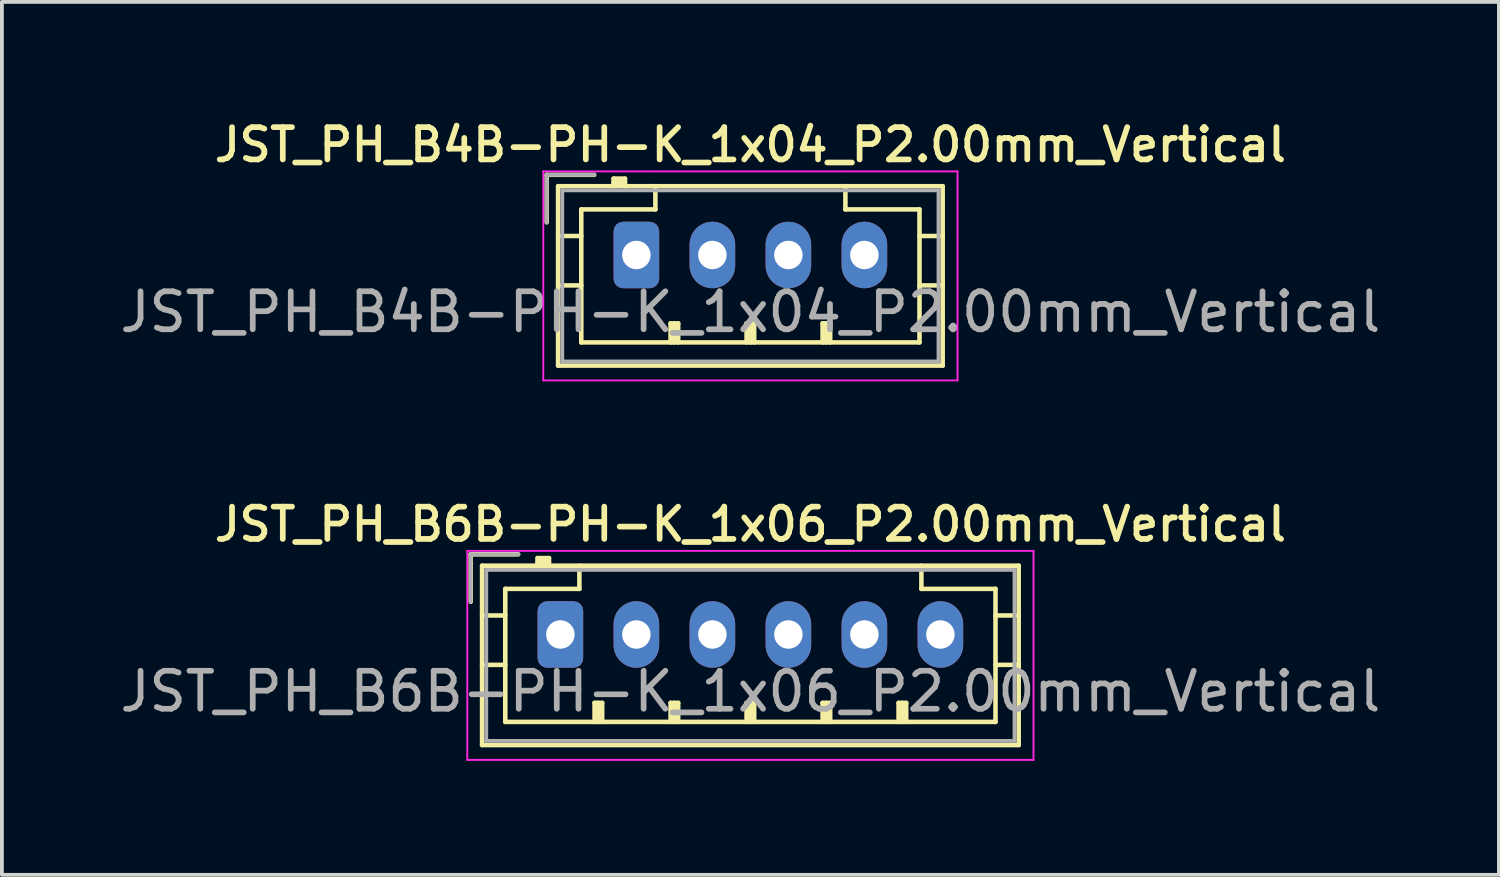
<source format=kicad_pcb>
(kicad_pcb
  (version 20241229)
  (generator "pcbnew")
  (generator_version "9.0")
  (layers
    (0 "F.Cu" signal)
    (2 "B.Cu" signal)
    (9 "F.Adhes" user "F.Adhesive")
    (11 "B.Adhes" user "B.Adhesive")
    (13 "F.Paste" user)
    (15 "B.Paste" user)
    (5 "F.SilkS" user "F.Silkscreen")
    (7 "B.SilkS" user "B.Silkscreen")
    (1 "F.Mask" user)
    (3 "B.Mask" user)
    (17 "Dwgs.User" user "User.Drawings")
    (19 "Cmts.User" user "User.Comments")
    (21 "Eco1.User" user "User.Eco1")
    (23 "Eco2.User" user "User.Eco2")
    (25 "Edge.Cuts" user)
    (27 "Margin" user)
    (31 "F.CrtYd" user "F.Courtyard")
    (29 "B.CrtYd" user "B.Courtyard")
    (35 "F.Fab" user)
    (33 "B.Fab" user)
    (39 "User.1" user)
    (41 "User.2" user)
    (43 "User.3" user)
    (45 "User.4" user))
  (footprint "JST_PH_B6B-PH-K_1x06_P2.00mm_Vertical"
    (layer "F.Cu")
    (at 11.696 13.646)
    (property "Reference" "JST_PH_B6B-PH-K_1x06_P2.00mm_Vertical" (at 5 -2.9 0) (layer "F.SilkS") (effects (font (size 0.85 0.85) (thickness 0.15))))
    (attr through_hole)
    (fp_line (start -2.36 -2.11) (end -2.36 -0.86) (stroke (width 0.12) (type solid)) (layer "F.SilkS"))
    (fp_line (start -2.06 -1.81) (end -2.06 2.91) (stroke (width 0.12) (type solid)) (layer "F.SilkS"))
    (fp_line (start -2.06 -0.5) (end -1.45 -0.5) (stroke (width 0.12) (type solid)) (layer "F.SilkS"))
    (fp_line (start -2.06 0.8) (end -1.45 0.8) (stroke (width 0.12) (type solid)) (layer "F.SilkS"))
    (fp_line (start -2.06 2.91) (end 12.06 2.91) (stroke (width 0.12) (type solid)) (layer "F.SilkS"))
    (fp_line (start -1.45 -1.2) (end -1.45 2.3) (stroke (width 0.12) (type solid)) (layer "F.SilkS"))
    (fp_line (start -1.45 2.3) (end 11.45 2.3) (stroke (width 0.12) (type solid)) (layer "F.SilkS"))
    (fp_line (start -1.11 -2.11) (end -2.36 -2.11) (stroke (width 0.12) (type solid)) (layer "F.SilkS"))
    (fp_line (start -0.6 -2.01) (end -0.6 -1.81) (stroke (width 0.12) (type solid)) (layer "F.SilkS"))
    (fp_line (start -0.3 -2.01) (end -0.6 -2.01) (stroke (width 0.12) (type solid)) (layer "F.SilkS"))
    (fp_line (start -0.3 -1.91) (end -0.6 -1.91) (stroke (width 0.12) (type solid)) (layer "F.SilkS"))
    (fp_line (start -0.3 -1.81) (end -0.3 -2.01) (stroke (width 0.12) (type solid)) (layer "F.SilkS"))
    (fp_line (start 0.5 -1.81) (end 0.5 -1.2) (stroke (width 0.12) (type solid)) (layer "F.SilkS"))
    (fp_line (start 0.5 -1.2) (end -1.45 -1.2) (stroke (width 0.12) (type solid)) (layer "F.SilkS"))
    (fp_line (start 0.9 1.8) (end 1.1 1.8) (stroke (width 0.12) (type solid)) (layer "F.SilkS"))
    (fp_line (start 0.9 2.3) (end 0.9 1.8) (stroke (width 0.12) (type solid)) (layer "F.SilkS"))
    (fp_line (start 1 2.3) (end 1 1.8) (stroke (width 0.12) (type solid)) (layer "F.SilkS"))
    (fp_line (start 1.1 1.8) (end 1.1 2.3) (stroke (width 0.12) (type solid)) (layer "F.SilkS"))
    (fp_line (start 2.9 1.8) (end 3.1 1.8) (stroke (width 0.12) (type solid)) (layer "F.SilkS"))
    (fp_line (start 2.9 2.3) (end 2.9 1.8) (stroke (width 0.12) (type solid)) (layer "F.SilkS"))
    (fp_line (start 3 2.3) (end 3 1.8) (stroke (width 0.12) (type solid)) (layer "F.SilkS"))
    (fp_line (start 3.1 1.8) (end 3.1 2.3) (stroke (width 0.12) (type solid)) (layer "F.SilkS"))
    (fp_line (start 4.9 1.8) (end 5.1 1.8) (stroke (width 0.12) (type solid)) (layer "F.SilkS"))
    (fp_line (start 4.9 2.3) (end 4.9 1.8) (stroke (width 0.12) (type solid)) (layer "F.SilkS"))
    (fp_line (start 5 2.3) (end 5 1.8) (stroke (width 0.12) (type solid)) (layer "F.SilkS"))
    (fp_line (start 5.1 1.8) (end 5.1 2.3) (stroke (width 0.12) (type solid)) (layer "F.SilkS"))
    (fp_line (start 6.9 1.8) (end 7.1 1.8) (stroke (width 0.12) (type solid)) (layer "F.SilkS"))
    (fp_line (start 6.9 2.3) (end 6.9 1.8) (stroke (width 0.12) (type solid)) (layer "F.SilkS"))
    (fp_line (start 7 2.3) (end 7 1.8) (stroke (width 0.12) (type solid)) (layer "F.SilkS"))
    (fp_line (start 7.1 1.8) (end 7.1 2.3) (stroke (width 0.12) (type solid)) (layer "F.SilkS"))
    (fp_line (start 8.9 1.8) (end 9.1 1.8) (stroke (width 0.12) (type solid)) (layer "F.SilkS"))
    (fp_line (start 8.9 2.3) (end 8.9 1.8) (stroke (width 0.12) (type solid)) (layer "F.SilkS"))
    (fp_line (start 9 2.3) (end 9 1.8) (stroke (width 0.12) (type solid)) (layer "F.SilkS"))
    (fp_line (start 9.1 1.8) (end 9.1 2.3) (stroke (width 0.12) (type solid)) (layer "F.SilkS"))
    (fp_line (start 9.5 -1.2) (end 9.5 -1.81) (stroke (width 0.12) (type solid)) (layer "F.SilkS"))
    (fp_line (start 11.45 -1.2) (end 9.5 -1.2) (stroke (width 0.12) (type solid)) (layer "F.SilkS"))
    (fp_line (start 11.45 2.3) (end 11.45 -1.2) (stroke (width 0.12) (type solid)) (layer "F.SilkS"))
    (fp_line (start 12.06 -1.81) (end -2.06 -1.81) (stroke (width 0.12) (type solid)) (layer "F.SilkS"))
    (fp_line (start 12.06 -0.5) (end 11.45 -0.5) (stroke (width 0.12) (type solid)) (layer "F.SilkS"))
    (fp_line (start 12.06 0.8) (end 11.45 0.8) (stroke (width 0.12) (type solid)) (layer "F.SilkS"))
    (fp_line (start 12.06 2.91) (end 12.06 -1.81) (stroke (width 0.12) (type solid)) (layer "F.SilkS"))
    (fp_line (start -2.45 -2.2) (end -2.45 3.3) (stroke (width 0.05) (type solid)) (layer "F.CrtYd"))
    (fp_line (start -2.45 3.3) (end 12.45 3.3) (stroke (width 0.05) (type solid)) (layer "F.CrtYd"))
    (fp_line (start 12.45 -2.2) (end -2.45 -2.2) (stroke (width 0.05) (type solid)) (layer "F.CrtYd"))
    (fp_line (start 12.45 3.3) (end 12.45 -2.2) (stroke (width 0.05) (type solid)) (layer "F.CrtYd"))
    (fp_line (start -2.36 -2.11) (end -2.36 -0.86) (stroke (width 0.1) (type solid)) (layer "F.Fab"))
    (fp_line (start -1.95 -1.7) (end -1.95 2.8) (stroke (width 0.1) (type solid)) (layer "F.Fab"))
    (fp_line (start -1.95 2.8) (end 11.95 2.8) (stroke (width 0.1) (type solid)) (layer "F.Fab"))
    (fp_line (start -1.11 -2.11) (end -2.36 -2.11) (stroke (width 0.1) (type solid)) (layer "F.Fab"))
    (fp_line (start 11.95 -1.7) (end -1.95 -1.7) (stroke (width 0.1) (type solid)) (layer "F.Fab"))
    (fp_line (start 11.95 2.8) (end 11.95 -1.7) (stroke (width 0.1) (type solid)) (layer "F.Fab"))
    (fp_text user "${REFERENCE}" (at 5 1.5 0) (layer "F.Fab") (effects (font (size 1 1) (thickness 0.15))))
    (pad "1" thru_hole roundrect (at 0 0) (size 1.2 1.75) (drill 0.75) (layers "*.Cu" "*.Mask") (roundrect_rratio 0.208))
    (pad "2" thru_hole oval (at 2 0) (size 1.2 1.75) (drill 0.75) (layers "*.Cu" "*.Mask"))
    (pad "3" thru_hole oval (at 4 0) (size 1.2 1.75) (drill 0.75) (layers "*.Cu" "*.Mask"))
    (pad "4" thru_hole oval (at 6 0) (size 1.2 1.75) (drill 0.75) (layers "*.Cu" "*.Mask"))
    (pad "5" thru_hole oval (at 8 0) (size 1.2 1.75) (drill 0.75) (layers "*.Cu" "*.Mask"))
    (pad "6" thru_hole oval (at 10 0) (size 1.2 1.75) (drill 0.75) (layers "*.Cu" "*.Mask")))
  (footprint "JST_PH_B4B-PH-K_1x04_P2.00mm_Vertical"
    (layer "F.Cu")
    (at 13.696 3.66)
    (property "Reference" "JST_PH_B4B-PH-K_1x04_P2.00mm_Vertical" (at 3 -2.9 180) (layer "F.SilkS") (effects (font (size 0.85 0.85) (thickness 0.15))))
    (attr through_hole)
    (fp_line (start -2.36 -2.11) (end -2.36 -0.86) (stroke (width 0.12) (type solid)) (layer "F.SilkS"))
    (fp_line (start -2.06 -1.81) (end -2.06 2.91) (stroke (width 0.12) (type solid)) (layer "F.SilkS"))
    (fp_line (start -2.06 -0.5) (end -1.45 -0.5) (stroke (width 0.12) (type solid)) (layer "F.SilkS"))
    (fp_line (start -2.06 0.8) (end -1.45 0.8) (stroke (width 0.12) (type solid)) (layer "F.SilkS"))
    (fp_line (start -2.06 2.91) (end 8.06 2.91) (stroke (width 0.12) (type solid)) (layer "F.SilkS"))
    (fp_line (start -1.45 -1.2) (end -1.45 2.3) (stroke (width 0.12) (type solid)) (layer "F.SilkS"))
    (fp_line (start -1.45 2.3) (end 7.45 2.3) (stroke (width 0.12) (type solid)) (layer "F.SilkS"))
    (fp_line (start -1.11 -2.11) (end -2.36 -2.11) (stroke (width 0.12) (type solid)) (layer "F.SilkS"))
    (fp_line (start -0.6 -2.01) (end -0.6 -1.81) (stroke (width 0.12) (type solid)) (layer "F.SilkS"))
    (fp_line (start -0.3 -2.01) (end -0.6 -2.01) (stroke (width 0.12) (type solid)) (layer "F.SilkS"))
    (fp_line (start -0.3 -1.91) (end -0.6 -1.91) (stroke (width 0.12) (type solid)) (layer "F.SilkS"))
    (fp_line (start -0.3 -1.81) (end -0.3 -2.01) (stroke (width 0.12) (type solid)) (layer "F.SilkS"))
    (fp_line (start 0.5 -1.81) (end 0.5 -1.2) (stroke (width 0.12) (type solid)) (layer "F.SilkS"))
    (fp_line (start 0.5 -1.2) (end -1.45 -1.2) (stroke (width 0.12) (type solid)) (layer "F.SilkS"))
    (fp_line (start 0.9 1.8) (end 1.1 1.8) (stroke (width 0.12) (type solid)) (layer "F.SilkS"))
    (fp_line (start 0.9 2.3) (end 0.9 1.8) (stroke (width 0.12) (type solid)) (layer "F.SilkS"))
    (fp_line (start 1 2.3) (end 1 1.8) (stroke (width 0.12) (type solid)) (layer "F.SilkS"))
    (fp_line (start 1.1 1.8) (end 1.1 2.3) (stroke (width 0.12) (type solid)) (layer "F.SilkS"))
    (fp_line (start 2.9 1.8) (end 3.1 1.8) (stroke (width 0.12) (type solid)) (layer "F.SilkS"))
    (fp_line (start 2.9 2.3) (end 2.9 1.8) (stroke (width 0.12) (type solid)) (layer "F.SilkS"))
    (fp_line (start 3 2.3) (end 3 1.8) (stroke (width 0.12) (type solid)) (layer "F.SilkS"))
    (fp_line (start 3.1 1.8) (end 3.1 2.3) (stroke (width 0.12) (type solid)) (layer "F.SilkS"))
    (fp_line (start 4.9 1.8) (end 5.1 1.8) (stroke (width 0.12) (type solid)) (layer "F.SilkS"))
    (fp_line (start 4.9 2.3) (end 4.9 1.8) (stroke (width 0.12) (type solid)) (layer "F.SilkS"))
    (fp_line (start 5 2.3) (end 5 1.8) (stroke (width 0.12) (type solid)) (layer "F.SilkS"))
    (fp_line (start 5.1 1.8) (end 5.1 2.3) (stroke (width 0.12) (type solid)) (layer "F.SilkS"))
    (fp_line (start 5.5 -1.2) (end 5.5 -1.81) (stroke (width 0.12) (type solid)) (layer "F.SilkS"))
    (fp_line (start 7.45 -1.2) (end 5.5 -1.2) (stroke (width 0.12) (type solid)) (layer "F.SilkS"))
    (fp_line (start 7.45 2.3) (end 7.45 -1.2) (stroke (width 0.12) (type solid)) (layer "F.SilkS"))
    (fp_line (start 8.06 -1.81) (end -2.06 -1.81) (stroke (width 0.12) (type solid)) (layer "F.SilkS"))
    (fp_line (start 8.06 -0.5) (end 7.45 -0.5) (stroke (width 0.12) (type solid)) (layer "F.SilkS"))
    (fp_line (start 8.06 0.8) (end 7.45 0.8) (stroke (width 0.12) (type solid)) (layer "F.SilkS"))
    (fp_line (start 8.06 2.91) (end 8.06 -1.81) (stroke (width 0.12) (type solid)) (layer "F.SilkS"))
    (fp_line (start -2.45 -2.2) (end -2.45 3.3) (stroke (width 0.05) (type solid)) (layer "F.CrtYd"))
    (fp_line (start -2.45 3.3) (end 8.45 3.3) (stroke (width 0.05) (type solid)) (layer "F.CrtYd"))
    (fp_line (start 8.45 -2.2) (end -2.45 -2.2) (stroke (width 0.05) (type solid)) (layer "F.CrtYd"))
    (fp_line (start 8.45 3.3) (end 8.45 -2.2) (stroke (width 0.05) (type solid)) (layer "F.CrtYd"))
    (fp_line (start -2.36 -2.11) (end -2.36 -0.86) (stroke (width 0.1) (type solid)) (layer "F.Fab"))
    (fp_line (start -1.95 -1.7) (end -1.95 2.8) (stroke (width 0.1) (type solid)) (layer "F.Fab"))
    (fp_line (start -1.95 2.8) (end 7.95 2.8) (stroke (width 0.1) (type solid)) (layer "F.Fab"))
    (fp_line (start -1.11 -2.11) (end -2.36 -2.11) (stroke (width 0.1) (type solid)) (layer "F.Fab"))
    (fp_line (start 7.95 -1.7) (end -1.95 -1.7) (stroke (width 0.1) (type solid)) (layer "F.Fab"))
    (fp_line (start 7.95 2.8) (end 7.95 -1.7) (stroke (width 0.1) (type solid)) (layer "F.Fab"))
    (fp_text user "${REFERENCE}" (at 3 1.5 180) (layer "F.Fab") (effects (font (size 1 1) (thickness 0.15))))
    (pad "1" thru_hole roundrect (at 0 0) (size 1.2 1.75) (drill 0.75) (layers "*.Cu" "*.Mask") (roundrect_rratio 0.208))
    (pad "2" thru_hole oval (at 2 0) (size 1.2 1.75) (drill 0.75) (layers "*.Cu" "*.Mask"))
    (pad "3" thru_hole oval (at 4 0) (size 1.2 1.75) (drill 0.75) (layers "*.Cu" "*.Mask"))
    (pad "4" thru_hole oval (at 6 0) (size 1.2 1.75) (drill 0.75) (layers "*.Cu" "*.Mask")))
  (gr_rect
    (start -3 -3)
    (end 36.393 19.971)
    (stroke (width 0.1) (type default))
    (fill no)
    (layer "Edge.Cuts")))
</source>
